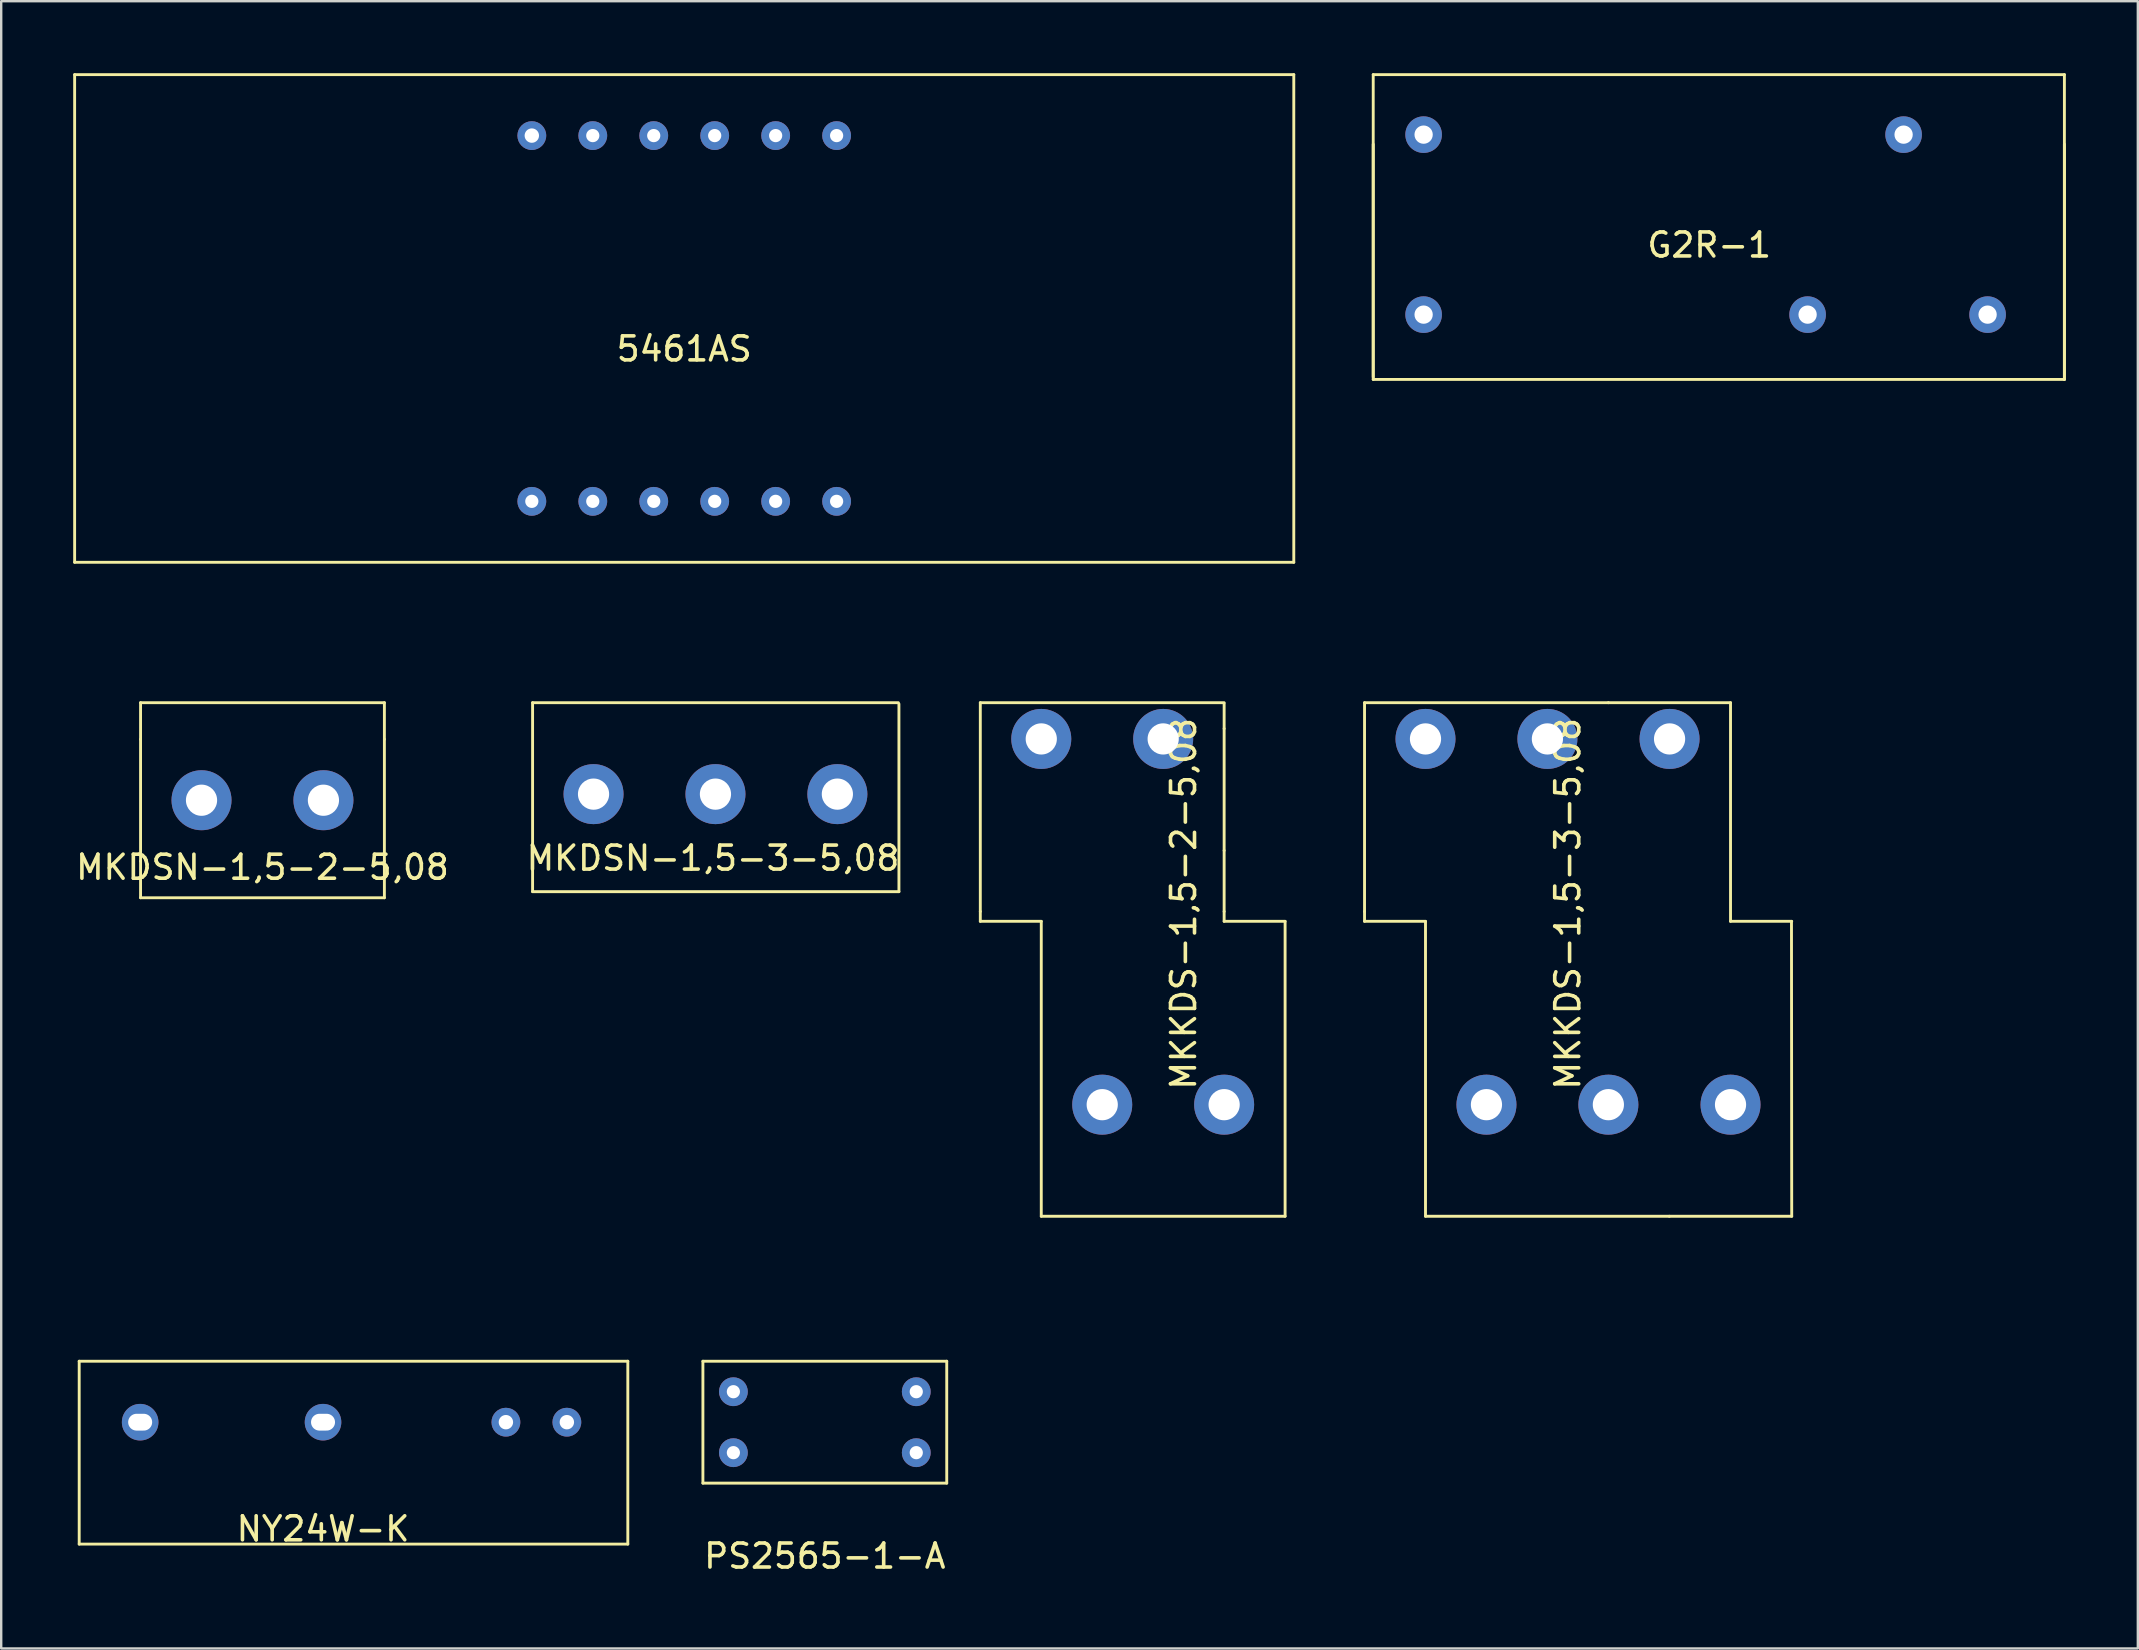
<source format=kicad_pcb>
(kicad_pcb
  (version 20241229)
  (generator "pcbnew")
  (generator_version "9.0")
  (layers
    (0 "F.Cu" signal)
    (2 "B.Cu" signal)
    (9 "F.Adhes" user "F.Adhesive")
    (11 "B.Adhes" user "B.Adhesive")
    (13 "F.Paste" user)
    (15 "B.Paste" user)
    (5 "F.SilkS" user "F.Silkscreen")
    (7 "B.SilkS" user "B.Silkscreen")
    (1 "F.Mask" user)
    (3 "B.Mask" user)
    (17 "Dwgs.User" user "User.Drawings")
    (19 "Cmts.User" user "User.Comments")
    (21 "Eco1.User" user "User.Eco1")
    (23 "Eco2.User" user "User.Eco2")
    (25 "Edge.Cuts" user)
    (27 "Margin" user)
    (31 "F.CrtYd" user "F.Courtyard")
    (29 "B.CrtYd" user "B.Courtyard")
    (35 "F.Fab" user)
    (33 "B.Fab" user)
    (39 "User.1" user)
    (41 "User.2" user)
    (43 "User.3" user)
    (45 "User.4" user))
  (footprint "PS2565-1-A"
    (layer "F.Cu")
    (at 31.319 61.29)
    (property "Reference" "PS2565-1-A" (at 0 0.5 0) (layer "F.SilkS") (effects (font (size 1 1) (thickness 0.15))))
    (attr through_hole)
    (fp_line (start -5.08 -7.62) (end 5.08 -7.62) (stroke (width 0.12) (type solid)) (layer "F.SilkS"))
    (fp_line (start -5.08 -2.54) (end -5.08 -7.62) (stroke (width 0.12) (type solid)) (layer "F.SilkS"))
    (fp_line (start 5.08 -7.62) (end 5.08 -2.54) (stroke (width 0.12) (type solid)) (layer "F.SilkS"))
    (fp_line (start 5.08 -2.54) (end -5.08 -2.54) (stroke (width 0.12) (type solid)) (layer "F.SilkS"))
    (pad "1" thru_hole circle (at -3.81 -3.81) (size 1.2 1.2) (drill 0.55) (layers "*.Cu" "*.Mask"))
    (pad "2" thru_hole circle (at -3.81 -6.35 90) (size 1.2 1.2) (drill 0.55) (layers "*.Cu" "*.Mask"))
    (pad "3" thru_hole circle (at 3.81 -6.35) (size 1.2 1.2) (drill 0.55) (layers "*.Cu" "*.Mask"))
    (pad "4" thru_hole circle (at 3.81 -3.81) (size 1.2 1.2) (drill 0.55) (layers "*.Cu" "*.Mask")))
  (footprint "MKKDS-1,5-3-5,08"
    (layer "F.Cu")
    (at 53.808 47.63)
    (property "Reference" "MKKDS-1,5-3-5,08" (at 8.47 -13.02 270) (layer "F.SilkS") (effects (font (size 1 1) (thickness 0.15))))
    (attr through_hole)
    (fp_line (start 0 -21.4) (end 0 -12.7) (stroke (width 0.12) (type solid)) (layer "F.SilkS"))
    (fp_line (start 0 -21.4) (end 10.16 -21.4) (stroke (width 0.12) (type solid)) (layer "F.SilkS"))
    (fp_line (start 0 -12.29) (end 0 -12.7) (stroke (width 0.12) (type solid)) (layer "F.SilkS"))
    (fp_line (start 2.54 -12.29) (end 0 -12.29) (stroke (width 0.12) (type solid)) (layer "F.SilkS"))
    (fp_line (start 2.54 0) (end 2.54 -12.29) (stroke (width 0.12) (type solid)) (layer "F.SilkS"))
    (fp_line (start 10.16 -21.4) (end 15.25 -21.4) (stroke (width 0.12) (type solid)) (layer "F.SilkS"))
    (fp_line (start 12.7 0) (end 2.54 0) (stroke (width 0.12) (type solid)) (layer "F.SilkS"))
    (fp_line (start 12.7 0) (end 17.8 0) (stroke (width 0.12) (type solid)) (layer "F.SilkS"))
    (fp_line (start 15.25 -12.29) (end 15.25 -21.4) (stroke (width 0.12) (type solid)) (layer "F.SilkS"))
    (fp_line (start 15.25 -12.29) (end 17.8 -12.29) (stroke (width 0.12) (type solid)) (layer "F.SilkS"))
    (fp_line (start 17.79 -12.29) (end 17.8 0) (stroke (width 0.12) (type solid)) (layer "F.SilkS"))
    (pad "1" thru_hole circle (at 5.08 -4.65) (size 2.5 2.5) (drill 1.3) (layers "*.Cu" "*.Mask"))
    (pad "2" thru_hole circle (at 10.16 -4.65) (size 2.5 2.5) (drill 1.3) (layers "*.Cu" "*.Mask"))
    (pad "3" thru_hole circle (at 15.25 -4.65) (size 2.5 2.5) (drill 1.3) (layers "*.Cu" "*.Mask"))
    (pad "4" thru_hole circle (at 2.54 -19.89) (size 2.5 2.5) (drill 1.3) (layers "*.Cu" "*.Mask"))
    (pad "5" thru_hole circle (at 7.62 -19.89) (size 2.5 2.5) (drill 1.3) (layers "*.Cu" "*.Mask"))
    (pad "6" thru_hole circle (at 12.71 -19.89) (size 2.5 2.5) (drill 1.3) (layers "*.Cu" "*.Mask")))
  (footprint "5461AS"
    (layer "F.Cu")
    (at 25.46 22.92)
    (property "Reference" "5461AS" (at 0 -11.43 0) (layer "F.SilkS") (effects (font (size 1 1) (thickness 0.15))))
    (attr through_hole)
    (fp_line (start -25.4 -22.86) (end 25.4 -22.86) (stroke (width 0.12) (type solid)) (layer "F.SilkS"))
    (fp_line (start -25.4 -2.54) (end -25.4 -22.86) (stroke (width 0.12) (type solid)) (layer "F.SilkS"))
    (fp_line (start 25.4 -22.86) (end 25.4 -2.54) (stroke (width 0.12) (type solid)) (layer "F.SilkS"))
    (fp_line (start 25.4 -2.54) (end -25.4 -2.54) (stroke (width 0.12) (type solid)) (layer "F.SilkS"))
    (pad "1" thru_hole circle (at -6.35 -5.08) (size 1.2 1.2) (drill 0.55) (layers "*.Cu" "*.Mask"))
    (pad "2" thru_hole circle (at -3.81 -5.08) (size 1.2 1.2) (drill 0.55) (layers "*.Cu" "*.Mask"))
    (pad "3" thru_hole circle (at -1.27 -5.08) (size 1.2 1.2) (drill 0.55) (layers "*.Cu" "*.Mask"))
    (pad "4" thru_hole circle (at 1.27 -5.08) (size 1.2 1.2) (drill 0.55) (layers "*.Cu" "*.Mask"))
    (pad "5" thru_hole circle (at 3.81 -5.08) (size 1.2 1.2) (drill 0.55) (layers "*.Cu" "*.Mask"))
    (pad "6" thru_hole circle (at 6.35 -5.08) (size 1.2 1.2) (drill 0.55) (layers "*.Cu" "*.Mask"))
    (pad "7" thru_hole circle (at 6.35 -20.32) (size 1.2 1.2) (drill 0.55) (layers "*.Cu" "*.Mask"))
    (pad "8" thru_hole circle (at 3.81 -20.32) (size 1.2 1.2) (drill 0.55) (layers "*.Cu" "*.Mask"))
    (pad "9" thru_hole circle (at 1.27 -20.32) (size 1.2 1.2) (drill 0.55) (layers "*.Cu" "*.Mask"))
    (pad "10" thru_hole circle (at -1.27 -20.32) (size 1.2 1.2) (drill 0.55) (layers "*.Cu" "*.Mask"))
    (pad "11" thru_hole circle (at -3.81 -20.32) (size 1.2 1.2) (drill 0.55) (layers "*.Cu" "*.Mask"))
    (pad "12" thru_hole circle (at -6.35 -20.32) (size 1.2 1.2) (drill 0.6) (layers "*.Cu" "*.Mask")))
  (footprint "G2R-1"
    (layer "F.Cu")
    (at 54.17 12.76)
    (property "Reference" "G2R-1" (at 14 -5.6 0) (layer "F.SilkS") (effects (font (size 1 1) (thickness 0.15))))
    (attr through_hole)
    (fp_line (start 0 -12.7) (end 0 0) (stroke (width 0.12) (type solid)) (layer "F.SilkS"))
    (fp_line (start 0 -9.8) (end 0 -0.1) (stroke (width 0.12) (type solid)) (layer "F.SilkS"))
    (fp_line (start 0 0) (end 28.8 0) (stroke (width 0.12) (type solid)) (layer "F.SilkS"))
    (fp_line (start 28.8 -12.7) (end 0 -12.7) (stroke (width 0.12) (type solid)) (layer "F.SilkS"))
    (fp_line (start 28.8 0) (end 28.8 -12.7) (stroke (width 0.12) (type solid)) (layer "F.SilkS"))
    (fp_line (start 28.8 0) (end 28.8 -9.8) (stroke (width 0.12) (type solid)) (layer "F.SilkS"))
    (pad "1" thru_hole circle (at 2.1 -10.2) (size 1.524 1.524) (drill 0.762) (layers "*.Cu" "*.Mask"))
    (pad "2" thru_hole circle (at 18.1 -2.7) (size 1.524 1.524) (drill 0.762) (layers "*.Cu" "*.Mask"))
    (pad "3" thru_hole circle (at 25.6 -2.7) (size 1.524 1.524) (drill 0.762) (layers "*.Cu" "*.Mask"))
    (pad "4" thru_hole circle (at 22.1 -10.2) (size 1.524 1.524) (drill 0.762) (layers "*.Cu" "*.Mask"))
    (pad "5" thru_hole circle (at 2.1 -2.7) (size 1.524 1.524) (drill 0.762) (layers "*.Cu" "*.Mask")))
  (footprint "MKDSN-1,5-3-5,08"
    (layer "F.Cu")
    (at 29.302 50.36)
    (property "Reference" "MKDSN-1,5-3-5,08" (at -2.642 -17.653 0) (layer "F.SilkS") (effects (font (size 1 1) (thickness 0.15))))
    (attr through_hole)
    (fp_line (start -10.16 -24.13) (end -10.16 -16.256) (stroke (width 0.12) (type solid)) (layer "F.SilkS"))
    (fp_line (start -10.16 -16.256) (end 5.105 -16.256) (stroke (width 0.12) (type solid)) (layer "F.SilkS"))
    (fp_line (start 5.08 -24.13) (end -10.16 -24.13) (stroke (width 0.12) (type solid)) (layer "F.SilkS"))
    (fp_line (start 5.105 -16.256) (end 5.105 -24.079) (stroke (width 0.12) (type solid)) (layer "F.SilkS"))
    (pad "1" thru_hole circle (at -7.62 -20.32) (size 2.5 2.5) (drill 1.3) (layers "*.Cu" "*.Mask"))
    (pad "2" thru_hole circle (at -2.54 -20.32) (size 2.5 2.5) (drill 1.3) (layers "*.Cu" "*.Mask"))
    (pad "3" thru_hole circle (at 2.54 -20.32) (size 2.5 2.5) (drill 1.3) (layers "*.Cu" "*.Mask")))
  (footprint "NY24W-K"
    (layer "F.Cu")
    (at 0.25 61.29)
    (property "Reference" "NY24W-K" (at 10.16 -0.635 0) (layer "F.SilkS") (effects (font (size 1 1) (thickness 0.15))))
    (attr through_hole)
    (fp_line (start 0 -7.62) (end 22.86 -7.62) (stroke (width 0.12) (type solid)) (layer "F.SilkS"))
    (fp_line (start 0 0) (end 0 -7.62) (stroke (width 0.12) (type solid)) (layer "F.SilkS"))
    (fp_line (start 22.86 -7.62) (end 22.86 0) (stroke (width 0.12) (type solid)) (layer "F.SilkS"))
    (fp_line (start 22.86 0) (end 0 0) (stroke (width 0.12) (type solid)) (layer "F.SilkS"))
    (pad "1" thru_hole circle (at 2.54 -5.08) (size 1.524 1.524) (drill oval 1 0.7) (layers "*.Cu" "*.Mask"))
    (pad "2" thru_hole circle (at 10.16 -5.08) (size 1.524 1.524) (drill oval 1 0.7) (layers "*.Cu" "*.Mask"))
    (pad "3" thru_hole circle (at 17.78 -5.08) (size 1.2 1.2) (drill 0.6) (layers "*.Cu" "*.Mask"))
    (pad "4" thru_hole circle (at 20.32 -5.08) (size 1.2 1.2) (drill 0.6) (layers "*.Cu" "*.Mask")))
  (footprint "MKDSN-1,5-2-5,08"
    (layer "F.Cu")
    (at 7.887 34.104)
    (property "Reference" "MKDSN-1,5-2-5,08" (at 0 -1.016 0) (layer "F.SilkS") (effects (font (size 1 1) (thickness 0.15))))
    (attr through_hole)
    (fp_line (start -5.08 -7.874) (end -5.08 -6.35) (stroke (width 0.12) (type solid)) (layer "F.SilkS"))
    (fp_line (start -5.08 -6.35) (end -5.08 -1.27) (stroke (width 0.12) (type solid)) (layer "F.SilkS"))
    (fp_line (start -5.08 -1.27) (end -5.08 0.254) (stroke (width 0.12) (type solid)) (layer "F.SilkS"))
    (fp_line (start 5.08 -7.874) (end -5.08 -7.874) (stroke (width 0.12) (type solid)) (layer "F.SilkS"))
    (fp_line (start 5.08 -7.874) (end 5.08 -6.35) (stroke (width 0.12) (type solid)) (layer "F.SilkS"))
    (fp_line (start 5.08 -1.27) (end 5.08 -6.35) (stroke (width 0.12) (type solid)) (layer "F.SilkS"))
    (fp_line (start 5.08 -1.27) (end 5.08 0.254) (stroke (width 0.12) (type solid)) (layer "F.SilkS"))
    (fp_line (start 5.08 0.254) (end -5.08 0.254) (stroke (width 0.12) (type solid)) (layer "F.SilkS"))
    (pad "1" thru_hole circle (at -2.54 -3.81) (size 2.5 2.5) (drill 1.3) (layers "*.Cu" "*.Mask"))
    (pad "2" thru_hole circle (at 2.54 -3.81) (size 2.5 2.5) (drill 1.3) (layers "*.Cu" "*.Mask")))
  (footprint "MKKDS-1,5-2-5,08"
    (layer "F.Cu")
    (at 37.798 47.63)
    (property "Reference" "MKKDS-1,5-2-5,08" (at 8.47 -13.02 270) (layer "F.SilkS") (effects (font (size 1 1) (thickness 0.15))))
    (attr through_hole)
    (fp_line (start 0 -21.4) (end 0 -12.7) (stroke (width 0.12) (type solid)) (layer "F.SilkS"))
    (fp_line (start 0 -21.4) (end 10.16 -21.4) (stroke (width 0.12) (type solid)) (layer "F.SilkS"))
    (fp_line (start 0 -12.29) (end 0 -12.7) (stroke (width 0.12) (type solid)) (layer "F.SilkS"))
    (fp_line (start 2.54 -12.29) (end 0 -12.29) (stroke (width 0.12) (type solid)) (layer "F.SilkS"))
    (fp_line (start 2.54 0) (end 2.54 -12.29) (stroke (width 0.12) (type solid)) (layer "F.SilkS"))
    (fp_line (start 10.16 -20.32) (end 10.16 -21.37) (stroke (width 0.12) (type solid)) (layer "F.SilkS"))
    (fp_line (start 10.16 -20.32) (end 10.16 -15.24) (stroke (width 0.12) (type solid)) (layer "F.SilkS"))
    (fp_line (start 10.16 -15.24) (end 10.16 -12.7) (stroke (width 0.12) (type solid)) (layer "F.SilkS"))
    (fp_line (start 10.16 -12.7) (end 10.16 -12.29) (stroke (width 0.12) (type solid)) (layer "F.SilkS"))
    (fp_line (start 10.16 -12.29) (end 12.7 -12.29) (stroke (width 0.12) (type solid)) (layer "F.SilkS"))
    (fp_line (start 12.7 0) (end 2.54 0) (stroke (width 0.12) (type solid)) (layer "F.SilkS"))
    (fp_line (start 12.7 0) (end 12.7 -12.29) (stroke (width 0.12) (type solid)) (layer "F.SilkS"))
    (pad "1" thru_hole circle (at 5.08 -4.65) (size 2.5 2.5) (drill 1.3) (layers "*.Cu" "*.Mask"))
    (pad "2" thru_hole circle (at 10.16 -4.65) (size 2.5 2.5) (drill 1.3) (layers "*.Cu" "*.Mask"))
    (pad "3" thru_hole circle (at 2.54 -19.89) (size 2.5 2.5) (drill 1.3) (layers "*.Cu" "*.Mask"))
    (pad "4" thru_hole circle (at 7.62 -19.89) (size 2.5 2.5) (drill 1.3) (layers "*.Cu" "*.Mask")))
  (gr_rect
    (start -3 -3)
    (end 86.03 65.638)
    (stroke (width 0.1) (type default))
    (fill no)
    (layer "Edge.Cuts")))
</source>
